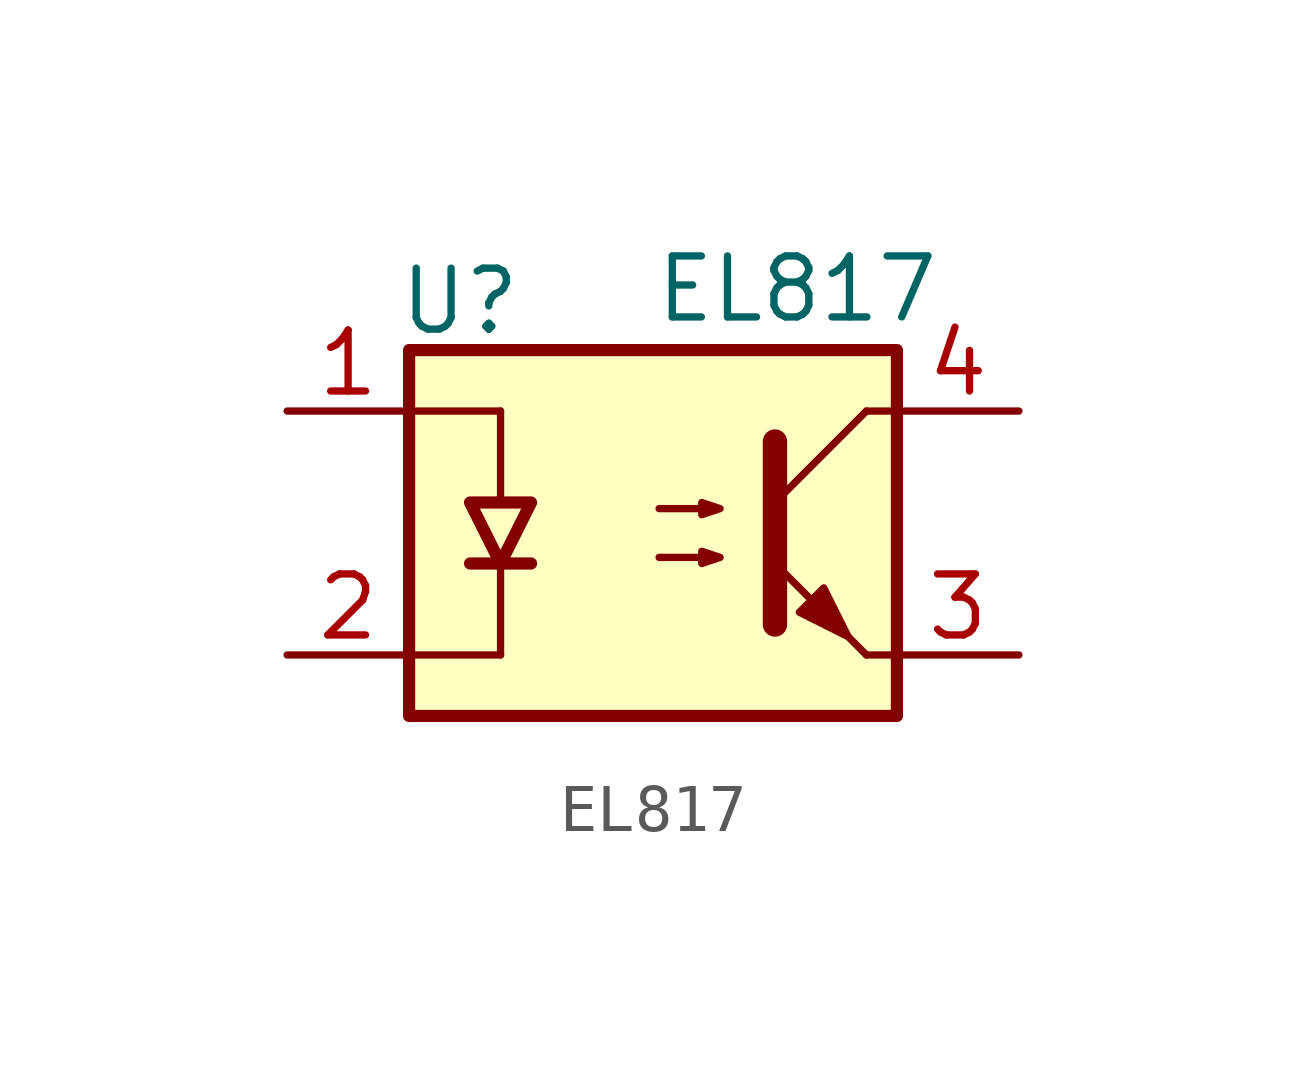
<source format=kicad_sym>
(kicad_symbol_lib
  (version 20211014)
  (generator kicad_symbol_editor)
  (symbol "EL817"
    (pin_names
      (offset 1.016))
    (property "Reference" "U"
      (at -5.334 4.826 0)
      (effects (font (size 1.27 1.27)) (justify left)))
    (property "Value" "EL817"
      (at 0 5.08 0)
      (effects (font (size 1.27 1.27)) (justify left)))
    (symbol "EL817_0_1"
      (rectangle (start -5.08 3.81) (end 5.08 -3.81) (stroke (width 0.254) (type default) (color 0 0 0 0)) (fill (type background)))
      (polyline (pts (xy -3.81 -0.635) (xy -2.54 -0.635)) (stroke (width 0.254) (type default) (color 0 0 0 0)) (fill (type none)))
      (polyline (pts (xy -3.175 -0.635) (xy -3.175 -2.54)) (stroke (width 0) (type default) (color 0 0 0 0)) (fill (type none)))
      (polyline (pts (xy -3.175 0.635) (xy -3.175 2.54)) (stroke (width 0) (type default) (color 0 0 0 0)) (fill (type none)))
      (polyline (pts (xy 2.54 0.635) (xy 4.445 2.54)) (stroke (width 0) (type default) (color 0 0 0 0)) (fill (type none)))
      (polyline (pts (xy 4.445 -2.54) (xy 2.54 -0.635)) (stroke (width 0) (type default) (color 0 0 0 0)) (fill (type outline)))
      (polyline (pts (xy 4.445 -2.54) (xy 5.08 -2.54)) (stroke (width 0) (type default) (color 0 0 0 0)) (fill (type none)))
      (polyline (pts (xy 4.445 2.54) (xy 5.08 2.54)) (stroke (width 0) (type default) (color 0 0 0 0)) (fill (type none)))
      (polyline (pts (xy -5.08 -2.54) (xy -3.175 -2.54) (xy -3.175 -2.54)) (stroke (width 0) (type default) (color 0 0 0 0)) (fill (type none)))
      (polyline (pts (xy -3.175 2.54) (xy -3.175 2.54) (xy -5.08 2.54)) (stroke (width 0) (type default) (color 0 0 0 0)) (fill (type none)))
      (polyline (pts (xy 2.54 1.905) (xy 2.54 -1.905) (xy 2.54 -1.905)) (stroke (width 0.508) (type default) (color 0 0 0 0)) (fill (type none)))
      (polyline (pts (xy -3.175 -0.635) (xy -3.81 0.635) (xy -2.54 0.635) (xy -3.175 -0.635)) (stroke (width 0.254) (type default) (color 0 0 0 0)) (fill (type none)))
      (polyline (pts (xy 0.127 -0.508) (xy 1.397 -0.508) (xy 1.016 -0.635) (xy 1.016 -0.381) (xy 1.397 -0.508)) (stroke (width 0) (type default) (color 0 0 0 0)) (fill (type none)))
      (polyline (pts (xy 0.127 0.508) (xy 1.397 0.508) (xy 1.016 0.381) (xy 1.016 0.635) (xy 1.397 0.508)) (stroke (width 0) (type default) (color 0 0 0 0)) (fill (type none)))
      (polyline (pts (xy 3.048 -1.651) (xy 3.556 -1.143) (xy 4.064 -2.159) (xy 3.048 -1.651) (xy 3.048 -1.651)) (stroke (width 0) (type default) (color 0 0 0 0)) (fill (type outline))))
    (symbol "EL817_1_1"
      (pin passive line (at -7.62 2.54 0) (length 2.54) (name "~" (effects (font (size 1.27 1.27)))) (number "1" (effects (font (size 1.27 1.27)))))
      (pin passive line (at -7.62 -2.54 0) (length 2.54) (name "~" (effects (font (size 1.27 1.27)))) (number "2" (effects (font (size 1.27 1.27)))))
      (pin passive line (at 7.62 -2.54 180) (length 2.54) (name "~" (effects (font (size 1.27 1.27)))) (number "3" (effects (font (size 1.27 1.27)))))
      (pin passive line (at 7.62 2.54 180) (length 2.54) (name "~" (effects (font (size 1.27 1.27)))) (number "4" (effects (font (size 1.27 1.27))))))))
</source>
